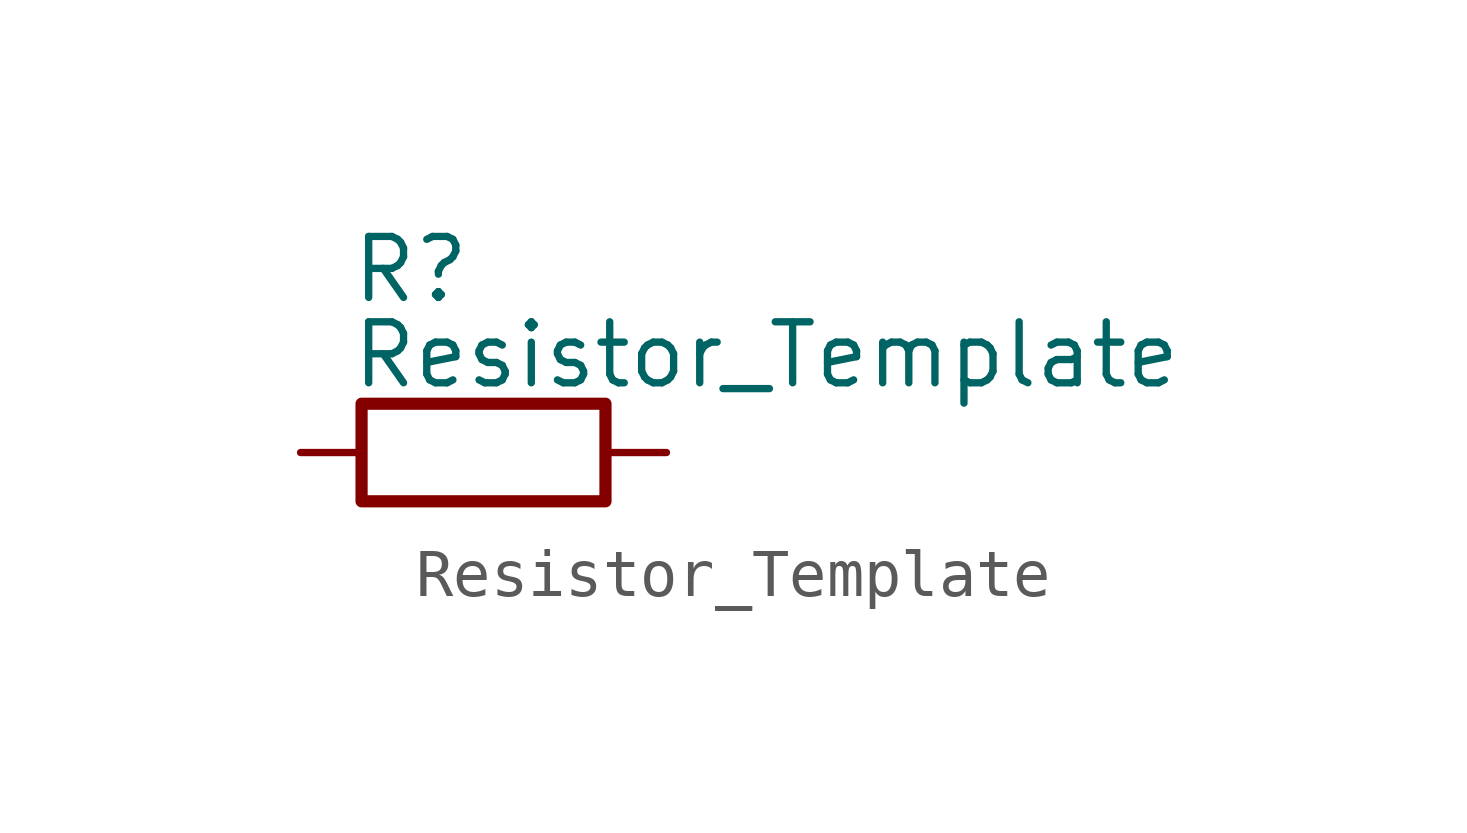
<source format=kicad_sym>
(kicad_symbol_lib
  (version 20241209)
  (generator "kicad_symbol_editor")
  (generator_version "9.0")
  (symbol "Resistor_Template"
    (pin_numbers
      (hide yes))
    (pin_names
      (offset 0))
    (property "Reference" "R"
      (at -2.794 3.81 0)
      (do_not_autoplace)
      (effects (font (size 1.27 1.27)) (justify left)))
    (property "Value" "Resistor_Template"
      (at -2.794 2.032 0)
      (do_not_autoplace)
      (effects (font (size 1.27 1.27)) (justify left)))
    (symbol "Resistor_Template_0_1"
      (rectangle (start 2.54 -1.016) (end -2.54 1.016) (stroke (width 0.254) (type default)) (fill (type none))))
    (symbol "Resistor_Template_1_1"
      (pin passive line (at -3.81 0 0) (length 1.27) (name "~" (effects (font (size 1.27 1.27)))) (number "1" (effects (font (size 1.27 1.27)))))
      (pin passive line (at 3.81 0 180) (length 1.27) (name "~" (effects (font (size 1.27 1.27)))) (number "2" (effects (font (size 1.27 1.27))))))))
</source>
